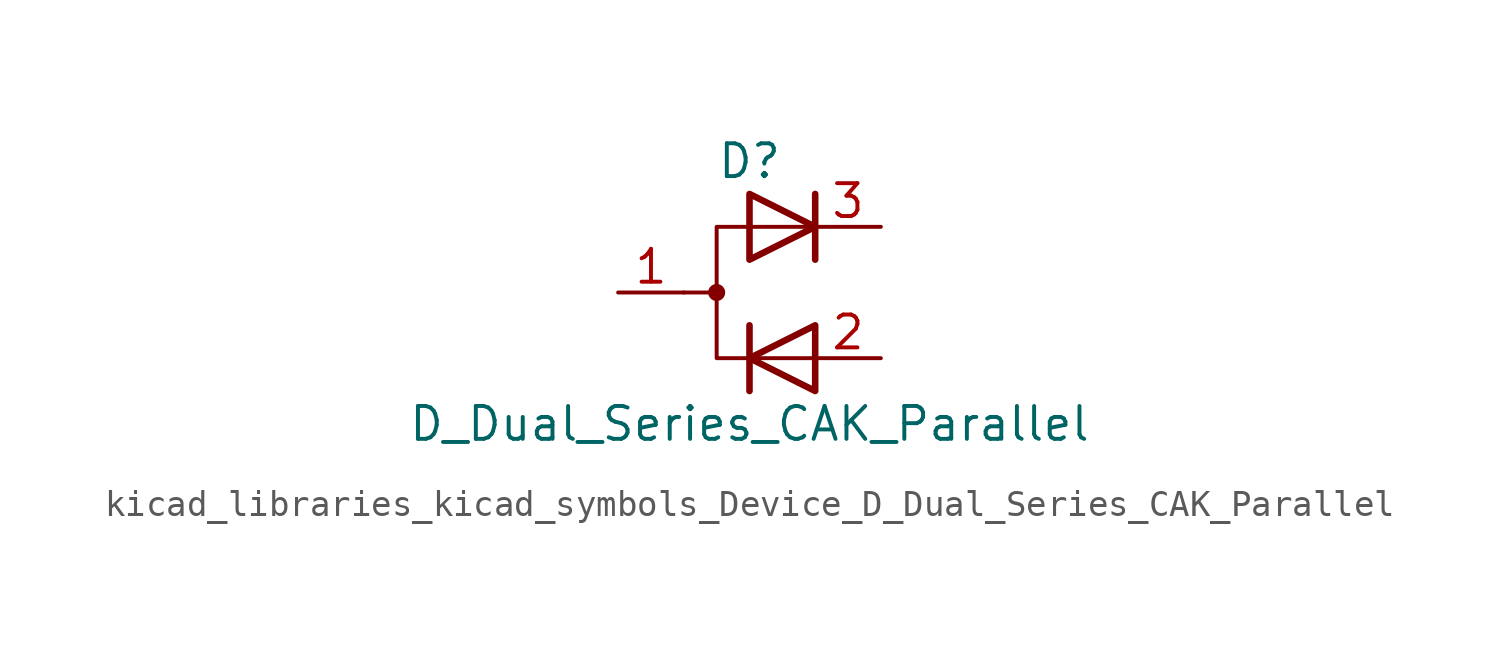
<source format=kicad_sym>
(kicad_symbol_lib
  (version 20220914)
  (generator kicad_symbol_editor)
  (symbol "kicad_libraries_kicad_symbols_Device_D_Dual_Series_CAK_Parallel"
    (pin_names
      (offset 0.762) hide)
    (property "Reference" "D"
      (at 0 5.08 0)
      (effects (font (size 1.27 1.27))))
    (property "Value" "D_Dual_Series_CAK_Parallel"
      (at 0 -5.08 0)
      (effects (font (size 1.27 1.27))))
    (symbol "kicad_libraries_kicad_symbols_Device_D_Dual_Series_CAK_Parallel_0_0"
      (polyline (pts (xy 0 -1.27) (xy 0 -3.81)) (stroke (width 0.254) (type default)) (fill (type none)))
      (polyline (pts (xy 2.54 3.81) (xy 2.54 1.27)) (stroke (width 0.254) (type default)) (fill (type none))))
    (symbol "kicad_libraries_kicad_symbols_Device_D_Dual_Series_CAK_Parallel_0_1"
      (circle (center -1.27 0) (radius 0.254) (stroke (width 0) (type default)) (fill (type outline)))
      (polyline (pts (xy -1.27 0) (xy -2.54 0)) (stroke (width 0) (type default)) (fill (type none)))
      (polyline (pts (xy 2.54 2.54) (xy -1.27 2.54) (xy -1.27 -2.54) (xy 2.54 -2.54)) (stroke (width 0) (type default)) (fill (type none)))
      (polyline (pts (xy 0 3.81) (xy 2.54 2.54) (xy 0 1.27) (xy 0 3.81) (xy 0 3.81) (xy 0 3.81)) (stroke (width 0.254) (type default)) (fill (type none)))
      (polyline (pts (xy 2.54 -1.27) (xy 0 -2.54) (xy 2.54 -3.81) (xy 2.54 -1.27) (xy 2.54 -1.27) (xy 2.54 -1.27)) (stroke (width 0.254) (type default)) (fill (type none)))
      (pin passive line (at -5.08 0 0) (length 2.54) (name "A" (effects (font (size 1.27 1.27)))) (number "1" (effects (font (size 1.27 1.27)))))
      (pin passive line (at 5.08 -2.54 180) (length 2.54) (name "K" (effects (font (size 1.27 1.27)))) (number "2" (effects (font (size 1.27 1.27)))))
      (pin passive line (at 5.08 2.54 180) (length 2.54) (name "K" (effects (font (size 1.27 1.27)))) (number "3" (effects (font (size 1.27 1.27))))))))
</source>
